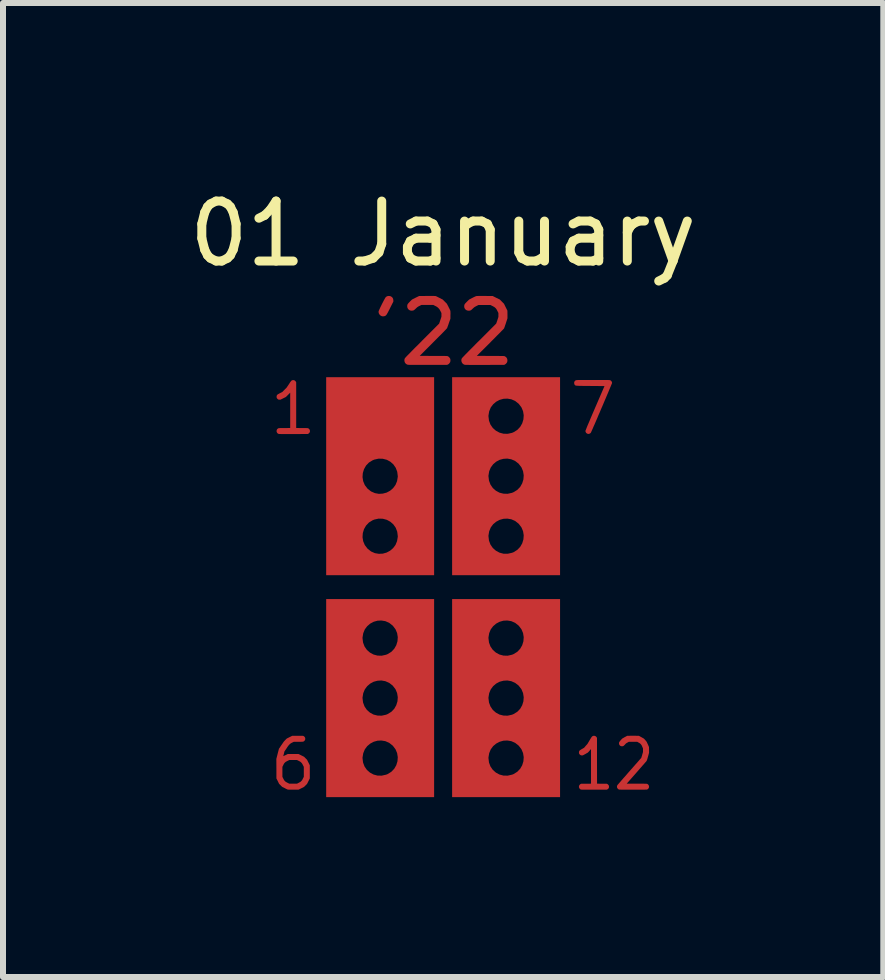
<source format=kicad_pcb>
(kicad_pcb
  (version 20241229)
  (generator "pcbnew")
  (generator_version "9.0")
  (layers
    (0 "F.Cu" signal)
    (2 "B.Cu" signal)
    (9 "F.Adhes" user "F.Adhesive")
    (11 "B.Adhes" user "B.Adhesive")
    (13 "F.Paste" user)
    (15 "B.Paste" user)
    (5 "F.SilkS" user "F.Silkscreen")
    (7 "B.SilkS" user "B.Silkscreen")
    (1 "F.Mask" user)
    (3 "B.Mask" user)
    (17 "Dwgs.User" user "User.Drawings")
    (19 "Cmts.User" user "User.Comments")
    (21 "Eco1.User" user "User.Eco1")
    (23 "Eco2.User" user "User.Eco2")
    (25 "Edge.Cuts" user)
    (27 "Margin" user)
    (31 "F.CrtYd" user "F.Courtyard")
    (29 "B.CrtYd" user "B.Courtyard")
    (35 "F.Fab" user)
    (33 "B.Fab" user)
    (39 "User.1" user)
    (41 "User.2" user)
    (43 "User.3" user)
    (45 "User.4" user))
  (footprint "01 January"
    (layer "F.Cu")
    (at 4.339 6.741)
    (property "Reference" "01 January" (at 0 -5.893 0) (unlocked yes) (layer "F.SilkS") (effects (font (size 1 1) (thickness 0.15))))
    (attr smd)
    (pad "1" smd custom (at -2.718 2.996) (size 0.01 0.01) (layers "F.Cu" "F.Mask" "F.Paste") (options (anchor circle)) (primitives (gr_poly (pts (xy 0.312 -0.518) (xy 0.329 -0.518) (xy 0.342 -0.518) (xy 0.354 -0.518) (xy 0.363 -0.517) (xy 0.37 -0.517) (xy 0.376 -0.517) (xy 0.38 -0.517) (xy 0.383 -0.516) (xy 0.385 -0.516) (xy 0.387 -0.515) (xy 0.389 -0.515) (xy 0.39 -0.514) (xy 0.399 -0.508) (xy 0.408 -0.5) (xy 0.414 -0.49) (xy 0.415 -0.489) (xy 0.417 -0.484) (xy 0.418 -0.479) (xy 0.419 -0.472) (xy 0.419 -0.468) (xy 0.418 -0.46) (xy 0.418 -0.454) (xy 0.416 -0.449) (xy 0.415 -0.447) (xy 0.408 -0.437) (xy 0.4 -0.429) (xy 0.391 -0.423) (xy 0.39 -0.422) (xy 0.388 -0.421) (xy 0.386 -0.421) (xy 0.384 -0.42) (xy 0.381 -0.42) (xy 0.376 -0.419) (xy 0.371 -0.419) (xy 0.364 -0.419) (xy 0.355 -0.418) (xy 0.344 -0.418) (xy 0.33 -0.418) (xy 0.313 -0.418) (xy 0.305 -0.418) (xy 0.227 -0.417) (xy 0.199 -0.403) (xy 0.189 -0.398) (xy 0.182 -0.394) (xy 0.176 -0.39) (xy 0.171 -0.387) (xy 0.167 -0.383) (xy 0.162 -0.379) (xy 0.157 -0.374) (xy 0.155 -0.372) (xy 0.15 -0.367) (xy 0.145 -0.362) (xy 0.141 -0.356) (xy 0.135 -0.349) (xy 0.129 -0.341) (xy 0.122 -0.331) (xy 0.114 -0.319) (xy 0.106 -0.306) (xy 0.072 -0.257) (xy 0.063 -0.219) (xy 0.06 -0.208) (xy 0.057 -0.198) (xy 0.055 -0.19) (xy 0.054 -0.184) (xy 0.053 -0.18) (xy 0.053 -0.179) (xy 0.054 -0.179) (xy 0.058 -0.18) (xy 0.064 -0.183) (xy 0.072 -0.187) (xy 0.081 -0.191) (xy 0.09 -0.195) (xy 0.128 -0.214) (xy 0.307 -0.214) (xy 0.399 -0.168) (xy 0.424 -0.143) (xy 0.449 -0.118) (xy 0.472 -0.072) (xy 0.495 -0.026) (xy 0.495 0.193) (xy 0.472 0.239) (xy 0.449 0.285) (xy 0.424 0.31) (xy 0.399 0.335) (xy 0.353 0.358) (xy 0.307 0.381) (xy 0.22 0.381) (xy 0.199 0.381) (xy 0.182 0.381) (xy 0.168 0.381) (xy 0.156 0.381) (xy 0.146 0.381) (xy 0.138 0.38) (xy 0.133 0.38) (xy 0.129 0.38) (xy 0.127 0.379) (xy 0.126 0.379) (xy 0.123 0.378) (xy 0.118 0.375) (xy 0.11 0.372) (xy 0.1 0.367) (xy 0.09 0.362) (xy 0.079 0.356) (xy 0.077 0.355) (xy 0.034 0.334) (xy 0.009 0.309) (xy -0.017 0.284) (xy -0.039 0.238) (xy -0.062 0.193) (xy -0.062 0.167) (xy 0.038 0.167) (xy 0.053 0.196) (xy 0.058 0.206) (xy 0.062 0.214) (xy 0.065 0.22) (xy 0.069 0.225) (xy 0.072 0.229) (xy 0.076 0.233) (xy 0.08 0.238) (xy 0.08 0.238) (xy 0.085 0.243) (xy 0.089 0.246) (xy 0.094 0.25) (xy 0.099 0.253) (xy 0.106 0.257) (xy 0.114 0.261) (xy 0.123 0.266) (xy 0.153 0.281) (xy 0.217 0.281) (xy 0.281 0.281) (xy 0.309 0.267) (xy 0.319 0.261) (xy 0.327 0.257) (xy 0.333 0.254) (xy 0.338 0.251) (xy 0.343 0.247) (xy 0.347 0.243) (xy 0.351 0.239) (xy 0.356 0.234) (xy 0.36 0.23) (xy 0.363 0.226) (xy 0.367 0.221) (xy 0.37 0.216) (xy 0.374 0.208) (xy 0.379 0.198) (xy 0.38 0.196) (xy 0.395 0.167) (xy 0.395 0) (xy 0.38 -0.029) (xy 0.375 -0.039) (xy 0.371 -0.047) (xy 0.367 -0.053) (xy 0.364 -0.058) (xy 0.361 -0.062) (xy 0.357 -0.066) (xy 0.353 -0.071) (xy 0.351 -0.072) (xy 0.346 -0.077) (xy 0.342 -0.081) (xy 0.337 -0.084) (xy 0.332 -0.088) (xy 0.326 -0.091) (xy 0.318 -0.095) (xy 0.309 -0.1) (xy 0.281 -0.114) (xy 0.154 -0.114) (xy 0.123 -0.099) (xy 0.113 -0.094) (xy 0.105 -0.089) (xy 0.099 -0.086) (xy 0.093 -0.083) (xy 0.089 -0.079) (xy 0.085 -0.076) (xy 0.08 -0.071) (xy 0.076 -0.067) (xy 0.072 -0.063) (xy 0.069 -0.059) (xy 0.066 -0.054) (xy 0.062 -0.048) (xy 0.058 -0.04) (xy 0.053 -0.03) (xy 0.053 -0.029) (xy 0.038 0) (xy 0.038 0.167) (xy -0.062 0.167) (xy -0.062 0.031) (xy -0.063 -0.132) (xy -0.042 -0.215) (xy -0.038 -0.231) (xy -0.034 -0.246) (xy -0.03 -0.261) (xy -0.027 -0.273) (xy -0.024 -0.284) (xy -0.022 -0.293) (xy -0.02 -0.299) (xy -0.019 -0.302) (xy -0.018 -0.303) (xy -0.017 -0.305) (xy -0.014 -0.31) (xy -0.009 -0.316) (xy -0.003 -0.325) (xy 0.003 -0.335) (xy 0.011 -0.347) (xy 0.019 -0.359) (xy 0.025 -0.367) (xy 0.034 -0.381) (xy 0.043 -0.393) (xy 0.049 -0.403) (xy 0.055 -0.411) (xy 0.06 -0.418) (xy 0.064 -0.423) (xy 0.069 -0.428) (xy 0.073 -0.433) (xy 0.077 -0.438) (xy 0.082 -0.442) (xy 0.087 -0.448) (xy 0.088 -0.449) (xy 0.111 -0.472) (xy 0.157 -0.495) (xy 0.203 -0.518) (xy 0.293 -0.518)) (width 0) (fill yes))))
    (pad "1" smd custom (at -2.515 -2.794) (size 0.01 0.01) (layers "F.Cu" "F.Mask" "F.Paste") (options (anchor circle)) (primitives (gr_poly (pts (xy 0.025 -0.658) (xy 0.037 -0.654) (xy 0.047 -0.647) (xy 0.055 -0.639) (xy 0.061 -0.629) (xy 0.065 -0.622) (xy 0.065 0.14) (xy 0.161 0.141) (xy 0.182 0.141) (xy 0.199 0.141) (xy 0.213 0.141) (xy 0.225 0.141) (xy 0.235 0.141) (xy 0.243 0.142) (xy 0.249 0.142) (xy 0.253 0.142) (xy 0.257 0.143) (xy 0.26 0.143) (xy 0.262 0.144) (xy 0.264 0.144) (xy 0.265 0.145) (xy 0.275 0.151) (xy 0.283 0.159) (xy 0.289 0.169) (xy 0.29 0.17) (xy 0.292 0.175) (xy 0.293 0.18) (xy 0.294 0.187) (xy 0.294 0.191) (xy 0.294 0.199) (xy 0.293 0.205) (xy 0.291 0.21) (xy 0.29 0.212) (xy 0.283 0.222) (xy 0.275 0.23) (xy 0.266 0.236) (xy 0.265 0.237) (xy 0.257 0.24) (xy 0.018 0.241) (xy -0.014 0.241) (xy -0.044 0.241) (xy -0.071 0.241) (xy -0.095 0.241) (xy -0.116 0.241) (xy -0.135 0.241) (xy -0.152 0.241) (xy -0.166 0.241) (xy -0.178 0.241) (xy -0.189 0.241) (xy -0.198 0.24) (xy -0.205 0.24) (xy -0.211 0.24) (xy -0.216 0.24) (xy -0.22 0.24) (xy -0.223 0.239) (xy -0.225 0.239) (xy -0.227 0.239) (xy -0.228 0.238) (xy -0.229 0.238) (xy -0.24 0.233) (xy -0.249 0.225) (xy -0.255 0.216) (xy -0.26 0.206) (xy -0.262 0.196) (xy -0.262 0.185) (xy -0.259 0.174) (xy -0.255 0.164) (xy -0.248 0.155) (xy -0.238 0.148) (xy -0.233 0.145) (xy -0.231 0.144) (xy -0.23 0.144) (xy -0.228 0.143) (xy -0.225 0.143) (xy -0.221 0.142) (xy -0.217 0.142) (xy -0.21 0.142) (xy -0.202 0.141) (xy -0.193 0.141) (xy -0.181 0.141) (xy -0.166 0.141) (xy -0.149 0.141) (xy -0.13 0.141) (xy -0.035 0.14) (xy -0.035 -0.449) (xy -0.071 -0.413) (xy -0.107 -0.377) (xy -0.198 -0.332) (xy -0.212 -0.332) (xy -0.22 -0.332) (xy -0.226 -0.333) (xy -0.231 -0.334) (xy -0.234 -0.336) (xy -0.244 -0.343) (xy -0.253 -0.352) (xy -0.258 -0.36) (xy -0.261 -0.369) (xy -0.262 -0.379) (xy -0.261 -0.39) (xy -0.259 -0.399) (xy -0.258 -0.402) (xy -0.256 -0.407) (xy -0.253 -0.411) (xy -0.249 -0.415) (xy -0.244 -0.419) (xy -0.238 -0.424) (xy -0.229 -0.428) (xy -0.219 -0.434) (xy -0.206 -0.441) (xy -0.204 -0.442) (xy -0.166 -0.461) (xy -0.131 -0.497) (xy -0.095 -0.533) (xy -0.058 -0.588) (xy -0.048 -0.603) (xy -0.04 -0.616) (xy -0.033 -0.626) (xy -0.027 -0.634) (xy -0.022 -0.64) (xy -0.018 -0.645) (xy -0.014 -0.649) (xy -0.011 -0.652) (xy -0.007 -0.654) (xy -0.003 -0.655) (xy 0.001 -0.657) (xy 0.001 -0.657) (xy 0.013 -0.659)) (width 0) (fill yes))))
    (pad "1" smd custom (at -1.651 -0.508) (size 0.2 0.2) (layers "F.Cu" "F.Mask" "F.Paste") (options (anchor circle)) (primitives (gr_poly (pts (xy -0.299 -2.993) (xy 1.501 -2.993) (xy 1.501 -1.342) (xy 0.895 -1.342) (xy 0.886 -1.416) (xy 0.861 -1.482) (xy 0.822 -1.539) (xy 0.771 -1.584) (xy 0.712 -1.616) (xy 0.645 -1.633) (xy 0.575 -1.635) (xy 0.503 -1.619) (xy 0.476 -1.608) (xy 0.414 -1.57) (xy 0.366 -1.52) (xy 0.332 -1.46) (xy 0.312 -1.395) (xy 0.307 -1.327) (xy 0.318 -1.259) (xy 0.345 -1.194) (xy 0.389 -1.137) (xy 0.392 -1.133) (xy 0.45 -1.088) (xy 0.514 -1.06) (xy 0.58 -1.048) (xy 0.645 -1.052) (xy 0.709 -1.069) (xy 0.767 -1.1) (xy 0.817 -1.143) (xy 0.857 -1.197) (xy 0.883 -1.26) (xy 0.895 -1.333) (xy 0.895 -1.342) (xy 1.501 -1.342) (xy 1.501 -0.342) (xy 0.895 -0.342) (xy 0.886 -0.416) (xy 0.861 -0.482) (xy 0.822 -0.538) (xy 0.771 -0.583) (xy 0.712 -0.615) (xy 0.645 -0.633) (xy 0.575 -0.635) (xy 0.503 -0.619) (xy 0.476 -0.608) (xy 0.414 -0.57) (xy 0.366 -0.519) (xy 0.332 -0.46) (xy 0.312 -0.394) (xy 0.307 -0.326) (xy 0.318 -0.258) (xy 0.345 -0.194) (xy 0.389 -0.136) (xy 0.392 -0.133) (xy 0.45 -0.087) (xy 0.514 -0.059) (xy 0.58 -0.048) (xy 0.645 -0.051) (xy 0.709 -0.069) (xy 0.767 -0.1) (xy 0.817 -0.143) (xy 0.857 -0.196) (xy 0.883 -0.26) (xy 0.895 -0.332) (xy 0.895 -0.342) (xy 1.501 -0.342) (xy 1.501 0.309) (xy -0.299 0.309)) (width 0) (fill yes))))
    (pad "1" smd custom (at -1.651 0.508) (size 0.2 0.2) (layers "F.Cu" "F.Mask" "F.Paste") (options (anchor circle)) (primitives (gr_poly (pts (xy 1.501 2.993) (xy -0.299 2.993) (xy -0.299 2.342) (xy 0.307 2.342) (xy 0.316 2.417) (xy 0.341 2.483) (xy 0.38 2.539) (xy 0.431 2.584) (xy 0.49 2.616) (xy 0.557 2.634) (xy 0.627 2.635) (xy 0.699 2.619) (xy 0.726 2.609) (xy 0.788 2.57) (xy 0.836 2.52) (xy 0.87 2.461) (xy 0.89 2.395) (xy 0.895 2.327) (xy 0.884 2.259) (xy 0.857 2.195) (xy 0.813 2.137) (xy 0.81 2.134) (xy 0.752 2.088) (xy 0.688 2.06) (xy 0.622 2.049) (xy 0.557 2.052) (xy 0.493 2.07) (xy 0.435 2.101) (xy 0.385 2.143) (xy 0.345 2.197) (xy 0.319 2.261) (xy 0.307 2.333) (xy 0.307 2.342) (xy -0.299 2.342) (xy -0.299 1.342) (xy 0.307 1.342) (xy 0.316 1.416) (xy 0.341 1.482) (xy 0.38 1.539) (xy 0.431 1.584) (xy 0.49 1.616) (xy 0.557 1.633) (xy 0.627 1.635) (xy 0.699 1.619) (xy 0.726 1.608) (xy 0.788 1.57) (xy 0.836 1.52) (xy 0.87 1.46) (xy 0.89 1.395) (xy 0.895 1.327) (xy 0.884 1.259) (xy 0.857 1.194) (xy 0.813 1.137) (xy 0.81 1.133) (xy 0.752 1.088) (xy 0.688 1.06) (xy 0.622 1.048) (xy 0.557 1.052) (xy 0.493 1.069) (xy 0.435 1.1) (xy 0.385 1.143) (xy 0.345 1.197) (xy 0.319 1.26) (xy 0.307 1.333) (xy 0.307 1.342) (xy -0.299 1.342) (xy -0.299 0.342) (xy 0.307 0.342) (xy 0.316 0.416) (xy 0.341 0.482) (xy 0.38 0.538) (xy 0.431 0.583) (xy 0.49 0.615) (xy 0.557 0.633) (xy 0.627 0.635) (xy 0.699 0.619) (xy 0.726 0.608) (xy 0.788 0.57) (xy 0.836 0.519) (xy 0.87 0.46) (xy 0.89 0.394) (xy 0.895 0.326) (xy 0.884 0.258) (xy 0.857 0.194) (xy 0.813 0.136) (xy 0.81 0.133) (xy 0.752 0.087) (xy 0.688 0.059) (xy 0.622 0.048) (xy 0.557 0.051) (xy 0.493 0.069) (xy 0.435 0.1) (xy 0.385 0.143) (xy 0.345 0.196) (xy 0.319 0.26) (xy 0.307 0.332) (xy 0.307 0.342) (xy -0.299 0.342) (xy -0.299 -0.309) (xy 1.501 -0.309)) (width 0) (fill yes))))
    (pad "1" smd custom (at -0.914 -4.75) (size 0.01 0.01) (layers "F.Cu" "F.Mask" "F.Paste") (options (anchor circle)) (primitives (gr_poly (pts (xy 0.028 -0.104) (xy 0.043 -0.099) (xy 0.057 -0.09) (xy 0.063 -0.085) (xy 0.074 -0.071) (xy 0.08 -0.057) (xy 0.083 -0.04) (xy 0.084 -0.031) (xy 0.084 -0.012) (xy 0.03 0.095) (xy 0.017 0.122) (xy 0.005 0.144) (xy -0.004 0.163) (xy -0.013 0.178) (xy -0.02 0.191) (xy -0.026 0.201) (xy -0.031 0.208) (xy -0.036 0.214) (xy -0.04 0.219) (xy -0.045 0.222) (xy -0.05 0.225) (xy -0.055 0.228) (xy -0.056 0.228) (xy -0.068 0.232) (xy -0.082 0.234) (xy -0.097 0.234) (xy -0.109 0.231) (xy -0.109 0.231) (xy -0.126 0.223) (xy -0.14 0.212) (xy -0.151 0.197) (xy -0.159 0.181) (xy -0.162 0.163) (xy -0.162 0.152) (xy -0.16 0.146) (xy -0.157 0.137) (xy -0.151 0.124) (xy -0.144 0.109) (xy -0.136 0.091) (xy -0.127 0.072) (xy -0.117 0.052) (xy -0.107 0.031) (xy -0.097 0.011) (xy -0.086 -0.009) (xy -0.077 -0.028) (xy -0.067 -0.045) (xy -0.059 -0.06) (xy -0.052 -0.072) (xy -0.047 -0.08) (xy -0.043 -0.085) (xy -0.031 -0.095) (xy -0.018 -0.102) (xy -0.003 -0.105) (xy 0.01 -0.106)) (width 0) (fill yes))))
    (pad "1" smd custom (at 0.076 -4.572) (size 0.01 0.01) (layers "F.Cu" "F.Mask" "F.Paste") (options (anchor circle)) (primitives (gr_poly (pts (xy -0.263 -0.284) (xy -0.244 -0.284) (xy -0.229 -0.284) (xy -0.218 -0.283) (xy -0.209 -0.283) (xy -0.203 -0.282) (xy -0.199 -0.282) (xy -0.199 -0.282) (xy -0.194 -0.28) (xy -0.185 -0.276) (xy -0.173 -0.27) (xy -0.16 -0.263) (xy -0.145 -0.256) (xy -0.136 -0.251) (xy -0.083 -0.224) (xy -0.014 -0.155) (xy 0.014 -0.102) (xy 0.021 -0.086) (xy 0.029 -0.072) (xy 0.035 -0.059) (xy 0.04 -0.048) (xy 0.043 -0.041) (xy 0.044 -0.039) (xy 0.045 -0.033) (xy 0.046 -0.025) (xy 0.046 -0.014) (xy 0.047 0.001) (xy 0.047 0.021) (xy 0.046 0.033) (xy 0.046 0.095) (xy 0.02 0.168) (xy 0.014 0.187) (xy 0.008 0.204) (xy 0.002 0.22) (xy -0.003 0.233) (xy -0.006 0.243) (xy -0.009 0.25) (xy -0.009 0.251) (xy -0.011 0.254) (xy -0.014 0.258) (xy -0.02 0.264) (xy -0.027 0.272) (xy -0.037 0.283) (xy -0.05 0.296) (xy -0.064 0.311) (xy -0.082 0.329) (xy -0.102 0.35) (xy -0.125 0.373) (xy -0.152 0.399) (xy -0.181 0.429) (xy -0.214 0.462) (xy -0.24 0.488) (xy -0.466 0.715) (xy -0.237 0.716) (xy -0.199 0.716) (xy -0.165 0.716) (xy -0.135 0.716) (xy -0.109 0.716) (xy -0.087 0.716) (xy -0.068 0.716) (xy -0.052 0.716) (xy -0.039 0.717) (xy -0.029 0.717) (xy -0.021 0.717) (xy -0.014 0.718) (xy -0.009 0.718) (xy -0.006 0.719) (xy -0.003 0.719) (xy -0.000429 0.72) (xy 0.002 0.721) (xy 0.003 0.722) (xy 0.017 0.73) (xy 0.029 0.743) (xy 0.039 0.757) (xy 0.04 0.758) (xy 0.043 0.766) (xy 0.045 0.775) (xy 0.046 0.785) (xy 0.046 0.79) (xy 0.045 0.802) (xy 0.044 0.811) (xy 0.041 0.819) (xy 0.04 0.822) (xy 0.03 0.837) (xy 0.018 0.85) (xy 0.004 0.859) (xy 0.003 0.859) (xy -0.009 0.865) (xy -0.334 0.865) (xy -0.381 0.865) (xy -0.423 0.865) (xy -0.461 0.865) (xy -0.495 0.865) (xy -0.524 0.865) (xy -0.55 0.865) (xy -0.573 0.865) (xy -0.592 0.865) (xy -0.609 0.865) (xy -0.623 0.865) (xy -0.635 0.865) (xy -0.644 0.864) (xy -0.652 0.864) (xy -0.658 0.864) (xy -0.662 0.863) (xy -0.666 0.863) (xy -0.669 0.862) (xy -0.671 0.862) (xy -0.672 0.861) (xy -0.689 0.853) (xy -0.702 0.842) (xy -0.713 0.827) (xy -0.719 0.811) (xy -0.722 0.793) (xy -0.721 0.775) (xy -0.715 0.758) (xy -0.714 0.756) (xy -0.712 0.753) (xy -0.708 0.748) (xy -0.703 0.743) (xy -0.697 0.736) (xy -0.689 0.727) (xy -0.679 0.717) (xy -0.667 0.704) (xy -0.653 0.69) (xy -0.637 0.674) (xy -0.618 0.655) (xy -0.597 0.633) (xy -0.573 0.609) (xy -0.547 0.582) (xy -0.517 0.553) (xy -0.484 0.52) (xy -0.448 0.484) (xy -0.426 0.461) (xy -0.142 0.177) (xy -0.104 0.063) (xy -0.104 0.032) (xy -0.104 0.001) (xy -0.12 -0.031) (xy -0.128 -0.045) (xy -0.134 -0.057) (xy -0.141 -0.066) (xy -0.148 -0.074) (xy -0.154 -0.081) (xy -0.162 -0.089) (xy -0.17 -0.095) (xy -0.178 -0.101) (xy -0.187 -0.107) (xy -0.2 -0.114) (xy -0.205 -0.116) (xy -0.239 -0.134) (xy -0.438 -0.134) (xy -0.471 -0.117) (xy -0.484 -0.111) (xy -0.494 -0.105) (xy -0.503 -0.099) (xy -0.511 -0.093) (xy -0.52 -0.085) (xy -0.53 -0.075) (xy -0.544 -0.062) (xy -0.555 -0.053) (xy -0.564 -0.046) (xy -0.574 -0.042) (xy -0.583 -0.04) (xy -0.594 -0.039) (xy -0.6 -0.038) (xy -0.618 -0.04) (xy -0.633 -0.045) (xy -0.647 -0.054) (xy -0.653 -0.059) (xy -0.664 -0.073) (xy -0.671 -0.087) (xy -0.674 -0.104) (xy -0.674 -0.113) (xy -0.674 -0.123) (xy -0.673 -0.133) (xy -0.67 -0.141) (xy -0.666 -0.149) (xy -0.659 -0.158) (xy -0.65 -0.169) (xy -0.638 -0.181) (xy -0.629 -0.191) (xy -0.595 -0.224) (xy -0.536 -0.254) (xy -0.476 -0.283) (xy -0.343 -0.284) (xy -0.312 -0.284) (xy -0.285 -0.284)) (width 0) (fill yes))))
    (pad "1" smd custom (at 0.381 -1.524) (size 0.2 0.2) (layers "F.Cu" "F.Mask" "F.Paste") (options (anchor circle)) (primitives (gr_poly (pts (xy 1.569 1.325) (xy -0.231 1.325) (xy -0.231 0.674) (xy 0.375 0.674) (xy 0.384 0.749) (xy 0.409 0.815) (xy 0.448 0.871) (xy 0.499 0.916) (xy 0.558 0.948) (xy 0.625 0.966) (xy 0.695 0.967) (xy 0.767 0.951) (xy 0.794 0.941) (xy 0.856 0.902) (xy 0.904 0.852) (xy 0.938 0.793) (xy 0.958 0.727) (xy 0.963 0.659) (xy 0.952 0.591) (xy 0.925 0.527) (xy 0.881 0.469) (xy 0.878 0.466) (xy 0.82 0.42) (xy 0.756 0.392) (xy 0.69 0.381) (xy 0.625 0.384) (xy 0.561 0.402) (xy 0.503 0.433) (xy 0.453 0.475) (xy 0.413 0.529) (xy 0.387 0.593) (xy 0.375 0.665) (xy 0.375 0.674) (xy -0.231 0.674) (xy -0.231 -0.326) (xy 0.375 -0.326) (xy 0.384 -0.252) (xy 0.409 -0.186) (xy 0.448 -0.129) (xy 0.499 -0.084) (xy 0.558 -0.052) (xy 0.625 -0.035) (xy 0.695 -0.033) (xy 0.767 -0.049) (xy 0.794 -0.06) (xy 0.856 -0.098) (xy 0.904 -0.148) (xy 0.938 -0.208) (xy 0.958 -0.273) (xy 0.963 -0.341) (xy 0.952 -0.409) (xy 0.925 -0.474) (xy 0.881 -0.531) (xy 0.878 -0.535) (xy 0.82 -0.58) (xy 0.756 -0.608) (xy 0.69 -0.62) (xy 0.625 -0.616) (xy 0.561 -0.599) (xy 0.503 -0.568) (xy 0.453 -0.525) (xy 0.413 -0.471) (xy 0.387 -0.408) (xy 0.375 -0.335) (xy 0.375 -0.326) (xy -0.231 -0.326) (xy -0.231 -1.326) (xy 0.375 -1.326) (xy 0.384 -1.252) (xy 0.409 -1.186) (xy 0.448 -1.13) (xy 0.499 -1.085) (xy 0.558 -1.053) (xy 0.625 -1.035) (xy 0.695 -1.033) (xy 0.767 -1.049) (xy 0.794 -1.06) (xy 0.856 -1.098) (xy 0.904 -1.149) (xy 0.938 -1.208) (xy 0.958 -1.274) (xy 0.963 -1.342) (xy 0.952 -1.41) (xy 0.925 -1.474) (xy 0.881 -1.532) (xy 0.878 -1.535) (xy 0.82 -1.581) (xy 0.756 -1.609) (xy 0.69 -1.62) (xy 0.625 -1.617) (xy 0.561 -1.599) (xy 0.503 -1.568) (xy 0.453 -1.525) (xy 0.413 -1.472) (xy 0.387 -1.408) (xy 0.375 -1.336) (xy 0.375 -1.326) (xy -0.231 -1.326) (xy -0.231 -1.977) (xy 1.569 -1.977)) (width 0) (fill yes))))
    (pad "1" smd custom (at 0.381 1.016) (size 0.2 0.2) (layers "F.Cu" "F.Mask" "F.Paste") (options (anchor circle)) (primitives (gr_poly (pts (xy 1.569 2.485) (xy -0.231 2.485) (xy -0.231 1.834) (xy 0.375 1.834) (xy 0.384 1.909) (xy 0.409 1.975) (xy 0.448 2.031) (xy 0.499 2.076) (xy 0.558 2.108) (xy 0.625 2.126) (xy 0.695 2.127) (xy 0.767 2.111) (xy 0.794 2.101) (xy 0.856 2.062) (xy 0.904 2.012) (xy 0.938 1.953) (xy 0.958 1.887) (xy 0.963 1.819) (xy 0.952 1.751) (xy 0.925 1.687) (xy 0.881 1.629) (xy 0.878 1.626) (xy 0.82 1.58) (xy 0.756 1.552) (xy 0.69 1.541) (xy 0.625 1.544) (xy 0.561 1.562) (xy 0.503 1.593) (xy 0.453 1.635) (xy 0.413 1.689) (xy 0.387 1.753) (xy 0.375 1.825) (xy 0.375 1.834) (xy -0.231 1.834) (xy -0.231 0.834) (xy 0.375 0.834) (xy 0.384 0.908) (xy 0.409 0.974) (xy 0.448 1.031) (xy 0.499 1.076) (xy 0.558 1.108) (xy 0.625 1.125) (xy 0.695 1.127) (xy 0.767 1.111) (xy 0.794 1.1) (xy 0.856 1.062) (xy 0.904 1.012) (xy 0.938 0.952) (xy 0.958 0.887) (xy 0.963 0.819) (xy 0.952 0.751) (xy 0.925 0.686) (xy 0.881 0.629) (xy 0.878 0.625) (xy 0.82 0.58) (xy 0.756 0.552) (xy 0.69 0.54) (xy 0.625 0.544) (xy 0.561 0.561) (xy 0.503 0.592) (xy 0.453 0.635) (xy 0.413 0.689) (xy 0.387 0.752) (xy 0.375 0.825) (xy 0.375 0.834) (xy -0.231 0.834) (xy -0.231 -0.166) (xy 0.375 -0.166) (xy 0.384 -0.092) (xy 0.409 -0.026) (xy 0.448 0.03) (xy 0.499 0.075) (xy 0.558 0.107) (xy 0.625 0.125) (xy 0.695 0.127) (xy 0.767 0.111) (xy 0.794 0.1) (xy 0.856 0.062) (xy 0.904 0.011) (xy 0.938 -0.048) (xy 0.958 -0.114) (xy 0.963 -0.182) (xy 0.952 -0.25) (xy 0.925 -0.314) (xy 0.881 -0.372) (xy 0.878 -0.375) (xy 0.82 -0.421) (xy 0.756 -0.449) (xy 0.69 -0.46) (xy 0.625 -0.457) (xy 0.561 -0.439) (xy 0.503 -0.408) (xy 0.453 -0.365) (xy 0.413 -0.312) (xy 0.387 -0.248) (xy 0.375 -0.176) (xy 0.375 -0.166) (xy -0.231 -0.166) (xy -0.231 -0.817) (xy 1.569 -0.817)) (width 0) (fill yes))))
    (pad "1" smd custom (at 0.965 -4.724) (size 0.01 0.01) (layers "F.Cu" "F.Mask" "F.Paste") (options (anchor circle)) (primitives (gr_poly (pts (xy -0.308 -0.132) (xy -0.277 -0.132) (xy -0.272 -0.132) (xy -0.138 -0.131) (xy -0.079 -0.101) (xy -0.019 -0.072) (xy 0.015 -0.037) (xy 0.05 -0.002) (xy 0.078 0.055) (xy 0.107 0.113) (xy 0.108 0.177) (xy 0.108 0.241) (xy 0.082 0.321) (xy 0.076 0.34) (xy 0.069 0.358) (xy 0.064 0.375) (xy 0.059 0.388) (xy 0.055 0.399) (xy 0.053 0.406) (xy 0.052 0.408) (xy 0.05 0.411) (xy 0.044 0.417) (xy 0.036 0.426) (xy 0.024 0.438) (xy 0.01 0.452) (xy -0.006 0.469) (xy -0.025 0.488) (xy -0.046 0.509) (xy -0.069 0.532) (xy -0.093 0.557) (xy -0.118 0.582) (xy -0.145 0.609) (xy -0.173 0.637) (xy -0.177 0.642) (xy -0.403 0.867) (xy -0.175 0.868) (xy -0.136 0.868) (xy -0.102 0.868) (xy -0.073 0.868) (xy -0.047 0.868) (xy -0.025 0.869) (xy -0.006 0.869) (xy 0.009 0.869) (xy 0.022 0.869) (xy 0.032 0.869) (xy 0.041 0.87) (xy 0.047 0.87) (xy 0.052 0.871) (xy 0.056 0.871) (xy 0.058 0.872) (xy 0.061 0.873) (xy 0.063 0.873) (xy 0.064 0.874) (xy 0.078 0.883) (xy 0.091 0.895) (xy 0.1 0.91) (xy 0.101 0.911) (xy 0.105 0.925) (xy 0.107 0.941) (xy 0.106 0.957) (xy 0.102 0.972) (xy 0.101 0.975) (xy 0.091 0.989) (xy 0.079 1.002) (xy 0.065 1.011) (xy 0.064 1.012) (xy 0.052 1.017) (xy -0.273 1.018) (xy -0.32 1.018) (xy -0.362 1.018) (xy -0.4 1.018) (xy -0.433 1.018) (xy -0.463 1.018) (xy -0.489 1.018) (xy -0.512 1.018) (xy -0.531 1.018) (xy -0.548 1.017) (xy -0.562 1.017) (xy -0.573 1.017) (xy -0.583 1.017) (xy -0.591 1.017) (xy -0.597 1.016) (xy -0.601 1.016) (xy -0.605 1.015) (xy -0.608 1.015) (xy -0.61 1.014) (xy -0.611 1.014) (xy -0.627 1.006) (xy -0.641 0.994) (xy -0.651 0.98) (xy -0.658 0.963) (xy -0.661 0.946) (xy -0.66 0.928) (xy -0.654 0.91) (xy -0.652 0.908) (xy -0.65 0.904) (xy -0.645 0.899) (xy -0.639 0.892) (xy -0.631 0.884) (xy -0.621 0.873) (xy -0.609 0.861) (xy -0.595 0.846) (xy -0.578 0.829) (xy -0.559 0.81) (xy -0.538 0.788) (xy -0.513 0.763) (xy -0.486 0.736) (xy -0.455 0.705) (xy -0.422 0.671) (xy -0.385 0.634) (xy -0.364 0.614) (xy -0.08 0.329) (xy -0.061 0.274) (xy -0.043 0.218) (xy -0.043 0.152) (xy -0.059 0.12) (xy -0.069 0.1) (xy -0.079 0.084) (xy -0.09 0.071) (xy -0.102 0.06) (xy -0.116 0.05) (xy -0.134 0.04) (xy -0.142 0.036) (xy -0.176 0.019) (xy -0.376 0.019) (xy -0.41 0.036) (xy -0.424 0.044) (xy -0.435 0.049) (xy -0.443 0.055) (xy -0.451 0.061) (xy -0.46 0.069) (xy -0.47 0.078) (xy -0.47 0.078) (xy -0.483 0.091) (xy -0.494 0.1) (xy -0.504 0.107) (xy -0.514 0.111) (xy -0.524 0.113) (xy -0.536 0.114) (xy -0.539 0.114) (xy -0.557 0.112) (xy -0.572 0.107) (xy -0.586 0.099) (xy -0.592 0.093) (xy -0.603 0.08) (xy -0.61 0.065) (xy -0.613 0.049) (xy -0.613 0.04) (xy -0.613 0.03) (xy -0.611 0.021) (xy -0.609 0.012) (xy -0.604 0.004) (xy -0.598 -0.005) (xy -0.588 -0.015) (xy -0.576 -0.028) (xy -0.566 -0.038) (xy -0.531 -0.072) (xy -0.479 -0.099) (xy -0.463 -0.107) (xy -0.449 -0.114) (xy -0.436 -0.12) (xy -0.425 -0.125) (xy -0.418 -0.128) (xy -0.416 -0.129) (xy -0.412 -0.13) (xy -0.406 -0.13) (xy -0.398 -0.131) (xy -0.387 -0.131) (xy -0.373 -0.132) (xy -0.355 -0.132) (xy -0.333 -0.132)) (width 0) (fill yes))))
    (pad "1" smd custom (at 2.667 3.353) (size 0.01 0.01) (layers "F.Cu" "F.Mask" "F.Paste") (options (anchor circle)) (primitives (gr_poly (pts (xy -0.137 -0.873) (xy -0.126 -0.868) (xy -0.117 -0.862) (xy -0.109 -0.853) (xy -0.105 -0.846) (xy -0.101 -0.838) (xy -0.101 -0.457) (xy -0.1 -0.076) (xy 0.062 -0.075) (xy 0.071 -0.071) (xy 0.081 -0.064) (xy 0.09 -0.054) (xy 0.095 -0.047) (xy 0.097 -0.041) (xy 0.098 -0.036) (xy 0.099 -0.029) (xy 0.099 -0.025) (xy 0.099 -0.018) (xy 0.098 -0.012) (xy 0.096 -0.007) (xy 0.095 -0.004) (xy 0.088 0.007) (xy 0.078 0.015) (xy 0.071 0.02) (xy 0.062 0.024) (xy -0.149 0.024) (xy -0.181 0.024) (xy -0.21 0.024) (xy -0.236 0.024) (xy -0.259 0.024) (xy -0.279 0.024) (xy -0.297 0.024) (xy -0.312 0.024) (xy -0.325 0.024) (xy -0.336 0.024) (xy -0.345 0.024) (xy -0.353 0.024) (xy -0.358 0.023) (xy -0.362 0.023) (xy -0.365 0.023) (xy -0.367 0.023) (xy -0.367 0.023) (xy -0.378 0.018) (xy -0.387 0.01) (xy -0.394 0.002) (xy -0.399 -0.008) (xy -0.402 -0.019) (xy -0.402 -0.03) (xy -0.4 -0.041) (xy -0.395 -0.051) (xy -0.388 -0.06) (xy -0.379 -0.068) (xy -0.373 -0.071) (xy -0.365 -0.075) (xy -0.283 -0.075) (xy -0.201 -0.076) (xy -0.201 -0.364) (xy -0.201 -0.395) (xy -0.201 -0.424) (xy -0.201 -0.453) (xy -0.201 -0.48) (xy -0.201 -0.506) (xy -0.201 -0.531) (xy -0.201 -0.553) (xy -0.201 -0.574) (xy -0.201 -0.593) (xy -0.201 -0.609) (xy -0.201 -0.623) (xy -0.201 -0.635) (xy -0.201 -0.643) (xy -0.202 -0.649) (xy -0.202 -0.652) (xy -0.202 -0.652) (xy -0.203 -0.651) (xy -0.206 -0.648) (xy -0.211 -0.643) (xy -0.216 -0.636) (xy -0.223 -0.628) (xy -0.226 -0.625) (xy -0.233 -0.617) (xy -0.239 -0.61) (xy -0.245 -0.604) (xy -0.25 -0.599) (xy -0.252 -0.596) (xy -0.253 -0.596) (xy -0.256 -0.593) (xy -0.262 -0.59) (xy -0.269 -0.586) (xy -0.278 -0.581) (xy -0.288 -0.575) (xy -0.298 -0.569) (xy -0.308 -0.564) (xy -0.317 -0.559) (xy -0.325 -0.555) (xy -0.332 -0.551) (xy -0.337 -0.549) (xy -0.338 -0.549) (xy -0.35 -0.547) (xy -0.361 -0.548) (xy -0.373 -0.551) (xy -0.383 -0.558) (xy -0.392 -0.566) (xy -0.398 -0.575) (xy -0.401 -0.585) (xy -0.402 -0.595) (xy -0.401 -0.606) (xy -0.399 -0.615) (xy -0.398 -0.618) (xy -0.395 -0.623) (xy -0.392 -0.627) (xy -0.387 -0.632) (xy -0.381 -0.636) (xy -0.374 -0.641) (xy -0.364 -0.647) (xy -0.352 -0.655) (xy -0.349 -0.656) (xy -0.316 -0.675) (xy -0.288 -0.708) (xy -0.259 -0.741) (xy -0.225 -0.799) (xy -0.216 -0.814) (xy -0.209 -0.826) (xy -0.202 -0.836) (xy -0.198 -0.844) (xy -0.193 -0.85) (xy -0.19 -0.855) (xy -0.187 -0.859) (xy -0.185 -0.861) (xy -0.183 -0.863) (xy -0.182 -0.864) (xy -0.172 -0.87) (xy -0.16 -0.874) (xy -0.149 -0.875)) (width 0) (fill yes))))
    (pad "1" smd custom (at 2.692 -3.251) (size 0.01 0.01) (layers "F.Cu" "F.Mask" "F.Paste") (options (anchor circle)) (primitives (gr_poly (pts (xy -0.139 -0.204) (xy -0.094 -0.204) (xy -0.055 -0.204) (xy -0.022 -0.204) (xy 0.006 -0.204) (xy 0.028 -0.204) (xy 0.047 -0.203) (xy 0.062 -0.203) (xy 0.073 -0.202) (xy 0.082 -0.202) (xy 0.088 -0.201) (xy 0.093 -0.2) (xy 0.096 -0.199) (xy 0.099 -0.198) (xy 0.099 -0.197) (xy 0.112 -0.187) (xy 0.121 -0.173) (xy 0.125 -0.157) (xy 0.125 -0.155) (xy 0.124 -0.15) (xy 0.12 -0.14) (xy 0.113 -0.123) (xy 0.104 -0.101) (xy 0.093 -0.075) (xy 0.08 -0.044) (xy 0.066 -0.01) (xy 0.05 0.028) (xy 0.033 0.068) (xy 0.015 0.111) (xy -0.004 0.155) (xy -0.023 0.201) (xy -0.043 0.247) (xy -0.063 0.293) (xy -0.082 0.339) (xy -0.102 0.384) (xy -0.12 0.428) (xy -0.138 0.47) (xy -0.155 0.509) (xy -0.171 0.546) (xy -0.186 0.579) (xy -0.198 0.608) (xy -0.209 0.632) (xy -0.218 0.652) (xy -0.224 0.666) (xy -0.228 0.674) (xy -0.229 0.676) (xy -0.238 0.685) (xy -0.251 0.692) (xy -0.266 0.696) (xy -0.27 0.696) (xy -0.28 0.694) (xy -0.292 0.69) (xy -0.293 0.689) (xy -0.306 0.679) (xy -0.315 0.664) (xy -0.319 0.648) (xy -0.319 0.646) (xy -0.318 0.641) (xy -0.313 0.63) (xy -0.306 0.612) (xy -0.297 0.589) (xy -0.286 0.561) (xy -0.272 0.529) (xy -0.256 0.492) (xy -0.239 0.451) (xy -0.22 0.406) (xy -0.2 0.359) (xy -0.178 0.308) (xy -0.16 0.266) (xy -0.001 -0.102) (xy -0.239 -0.104) (xy -0.288 -0.105) (xy -0.331 -0.105) (xy -0.367 -0.105) (xy -0.397 -0.106) (xy -0.422 -0.106) (xy -0.442 -0.107) (xy -0.458 -0.108) (xy -0.471 -0.109) (xy -0.48 -0.111) (xy -0.487 -0.113) (xy -0.492 -0.116) (xy -0.495 -0.119) (xy -0.498 -0.122) (xy -0.5 -0.127) (xy -0.502 -0.132) (xy -0.502 -0.132) (xy -0.507 -0.15) (xy -0.506 -0.168) (xy -0.498 -0.184) (xy -0.485 -0.196) (xy -0.482 -0.197) (xy -0.479 -0.199) (xy -0.476 -0.2) (xy -0.471 -0.201) (xy -0.465 -0.201) (xy -0.457 -0.202) (xy -0.446 -0.203) (xy -0.431 -0.203) (xy -0.413 -0.203) (xy -0.391 -0.204) (xy -0.364 -0.204) (xy -0.331 -0.204) (xy -0.293 -0.204) (xy -0.248 -0.204) (xy -0.197 -0.204) (xy -0.191 -0.204)) (width 0) (fill yes))))
    (pad "1" smd custom (at 3.277 3.327) (size 0.01 0.01) (layers "F.Cu" "F.Mask" "F.Paste") (options (anchor circle)) (primitives (gr_poly (pts (xy -0.089 -0.85) (xy -0.074 -0.85) (xy -0.06 -0.849) (xy -0.047 -0.849) (xy -0.035 -0.849) (xy -0.026 -0.849) (xy -0.019 -0.848) (xy -0.014 -0.848) (xy -0.014 -0.848) (xy -0.011 -0.847) (xy -0.005 -0.844) (xy 0.003 -0.84) (xy 0.012 -0.835) (xy 0.022 -0.829) (xy 0.032 -0.824) (xy 0.072 -0.801) (xy 0.091 -0.78) (xy 0.098 -0.772) (xy 0.104 -0.765) (xy 0.109 -0.759) (xy 0.113 -0.755) (xy 0.114 -0.752) (xy 0.116 -0.749) (xy 0.119 -0.744) (xy 0.123 -0.736) (xy 0.127 -0.727) (xy 0.132 -0.716) (xy 0.137 -0.705) (xy 0.138 -0.704) (xy 0.156 -0.661) (xy 0.157 -0.613) (xy 0.157 -0.565) (xy 0.139 -0.5) (xy 0.134 -0.483) (xy 0.13 -0.468) (xy 0.126 -0.456) (xy 0.123 -0.446) (xy 0.12 -0.439) (xy 0.118 -0.434) (xy 0.116 -0.43) (xy 0.116 -0.429) (xy 0.114 -0.427) (xy 0.111 -0.423) (xy 0.105 -0.416) (xy 0.098 -0.408) (xy 0.088 -0.397) (xy 0.078 -0.385) (xy 0.066 -0.371) (xy 0.052 -0.356) (xy 0.038 -0.339) (xy 0.022 -0.321) (xy 0.005 -0.302) (xy -0.012 -0.282) (xy -0.03 -0.261) (xy -0.049 -0.24) (xy -0.052 -0.236) (xy -0.216 -0.05) (xy -0.048 -0.05) (xy -0.021 -0.05) (xy 0.003 -0.05) (xy 0.025 -0.05) (xy 0.043 -0.05) (xy 0.059 -0.05) (xy 0.073 -0.05) (xy 0.084 -0.049) (xy 0.094 -0.049) (xy 0.102 -0.049) (xy 0.108 -0.049) (xy 0.113 -0.049) (xy 0.117 -0.048) (xy 0.12 -0.048) (xy 0.123 -0.048) (xy 0.124 -0.047) (xy 0.126 -0.047) (xy 0.127 -0.046) (xy 0.128 -0.046) (xy 0.137 -0.04) (xy 0.145 -0.032) (xy 0.152 -0.022) (xy 0.152 -0.021) (xy 0.155 -0.012) (xy 0.157 -0.001) (xy 0.156 0.01) (xy 0.153 0.019) (xy 0.152 0.021) (xy 0.146 0.031) (xy 0.138 0.039) (xy 0.128 0.046) (xy 0.128 0.046) (xy 0.12 0.049) (xy -0.108 0.05) (xy -0.141 0.05) (xy -0.171 0.05) (xy -0.197 0.05) (xy -0.221 0.05) (xy -0.242 0.05) (xy -0.261 0.05) (xy -0.277 0.05) (xy -0.292 0.05) (xy -0.304 0.05) (xy -0.314 0.049) (xy -0.322 0.049) (xy -0.329 0.049) (xy -0.334 0.049) (xy -0.338 0.049) (xy -0.341 0.048) (xy -0.342 0.048) (xy -0.343 0.048) (xy -0.354 0.043) (xy -0.363 0.035) (xy -0.371 0.026) (xy -0.376 0.015) (xy -0.378 0.003) (xy -0.378 -0.000019) (xy -0.377 -0.01) (xy -0.374 -0.02) (xy -0.369 -0.028) (xy -0.368 -0.029) (xy -0.367 -0.031) (xy -0.364 -0.035) (xy -0.358 -0.041) (xy -0.351 -0.049) (xy -0.342 -0.059) (xy -0.332 -0.071) (xy -0.32 -0.084) (xy -0.308 -0.099) (xy -0.293 -0.115) (xy -0.279 -0.132) (xy -0.263 -0.15) (xy -0.246 -0.169) (xy -0.229 -0.188) (xy -0.212 -0.208) (xy -0.194 -0.229) (xy -0.176 -0.249) (xy -0.158 -0.27) (xy -0.14 -0.29) (xy -0.122 -0.31) (xy -0.105 -0.33) (xy -0.088 -0.349) (xy -0.072 -0.368) (xy -0.056 -0.385) (xy -0.041 -0.402) (xy -0.028 -0.417) (xy -0.016 -0.431) (xy -0.005 -0.444) (xy 0.005 -0.455) (xy 0.013 -0.464) (xy 0.019 -0.471) (xy 0.024 -0.476) (xy 0.025 -0.477) (xy 0.027 -0.48) (xy 0.029 -0.485) (xy 0.031 -0.493) (xy 0.034 -0.503) (xy 0.038 -0.514) (xy 0.042 -0.527) (xy 0.042 -0.529) (xy 0.056 -0.578) (xy 0.056 -0.637) (xy 0.044 -0.666) (xy 0.039 -0.677) (xy 0.036 -0.685) (xy 0.032 -0.691) (xy 0.029 -0.696) (xy 0.026 -0.7) (xy 0.023 -0.704) (xy 0.019 -0.709) (xy 0.014 -0.714) (xy 0.01 -0.718) (xy 0.005 -0.722) (xy -0.001 -0.726) (xy -0.008 -0.73) (xy -0.017 -0.735) (xy -0.041 -0.749) (xy -0.18 -0.749) (xy -0.204 -0.735) (xy -0.213 -0.73) (xy -0.22 -0.726) (xy -0.225 -0.722) (xy -0.23 -0.719) (xy -0.234 -0.714) (xy -0.24 -0.708) (xy -0.245 -0.702) (xy -0.254 -0.693) (xy -0.262 -0.686) (xy -0.268 -0.68) (xy -0.275 -0.677) (xy -0.281 -0.675) (xy -0.289 -0.674) (xy -0.294 -0.674) (xy -0.307 -0.675) (xy -0.317 -0.678) (xy -0.326 -0.684) (xy -0.33 -0.688) (xy -0.337 -0.697) (xy -0.342 -0.707) (xy -0.344 -0.719) (xy -0.344 -0.723) (xy -0.344 -0.729) (xy -0.343 -0.735) (xy -0.341 -0.741) (xy -0.338 -0.747) (xy -0.333 -0.753) (xy -0.327 -0.761) (xy -0.319 -0.771) (xy -0.314 -0.777) (xy -0.292 -0.801) (xy -0.253 -0.824) (xy -0.242 -0.83) (xy -0.232 -0.835) (xy -0.223 -0.84) (xy -0.216 -0.844) (xy -0.21 -0.847) (xy -0.207 -0.848) (xy -0.204 -0.848) (xy -0.198 -0.849) (xy -0.189 -0.849) (xy -0.178 -0.849) (xy -0.166 -0.849) (xy -0.152 -0.85) (xy -0.137 -0.85) (xy -0.121 -0.85) (xy -0.105 -0.85)) (width 0) (fill yes)))))
  (gr_rect
    (start -3 -3)
    (end 11.679 13.242)
    (stroke (width 0.1) (type default))
    (fill no)
    (layer "Edge.Cuts")))
</source>
